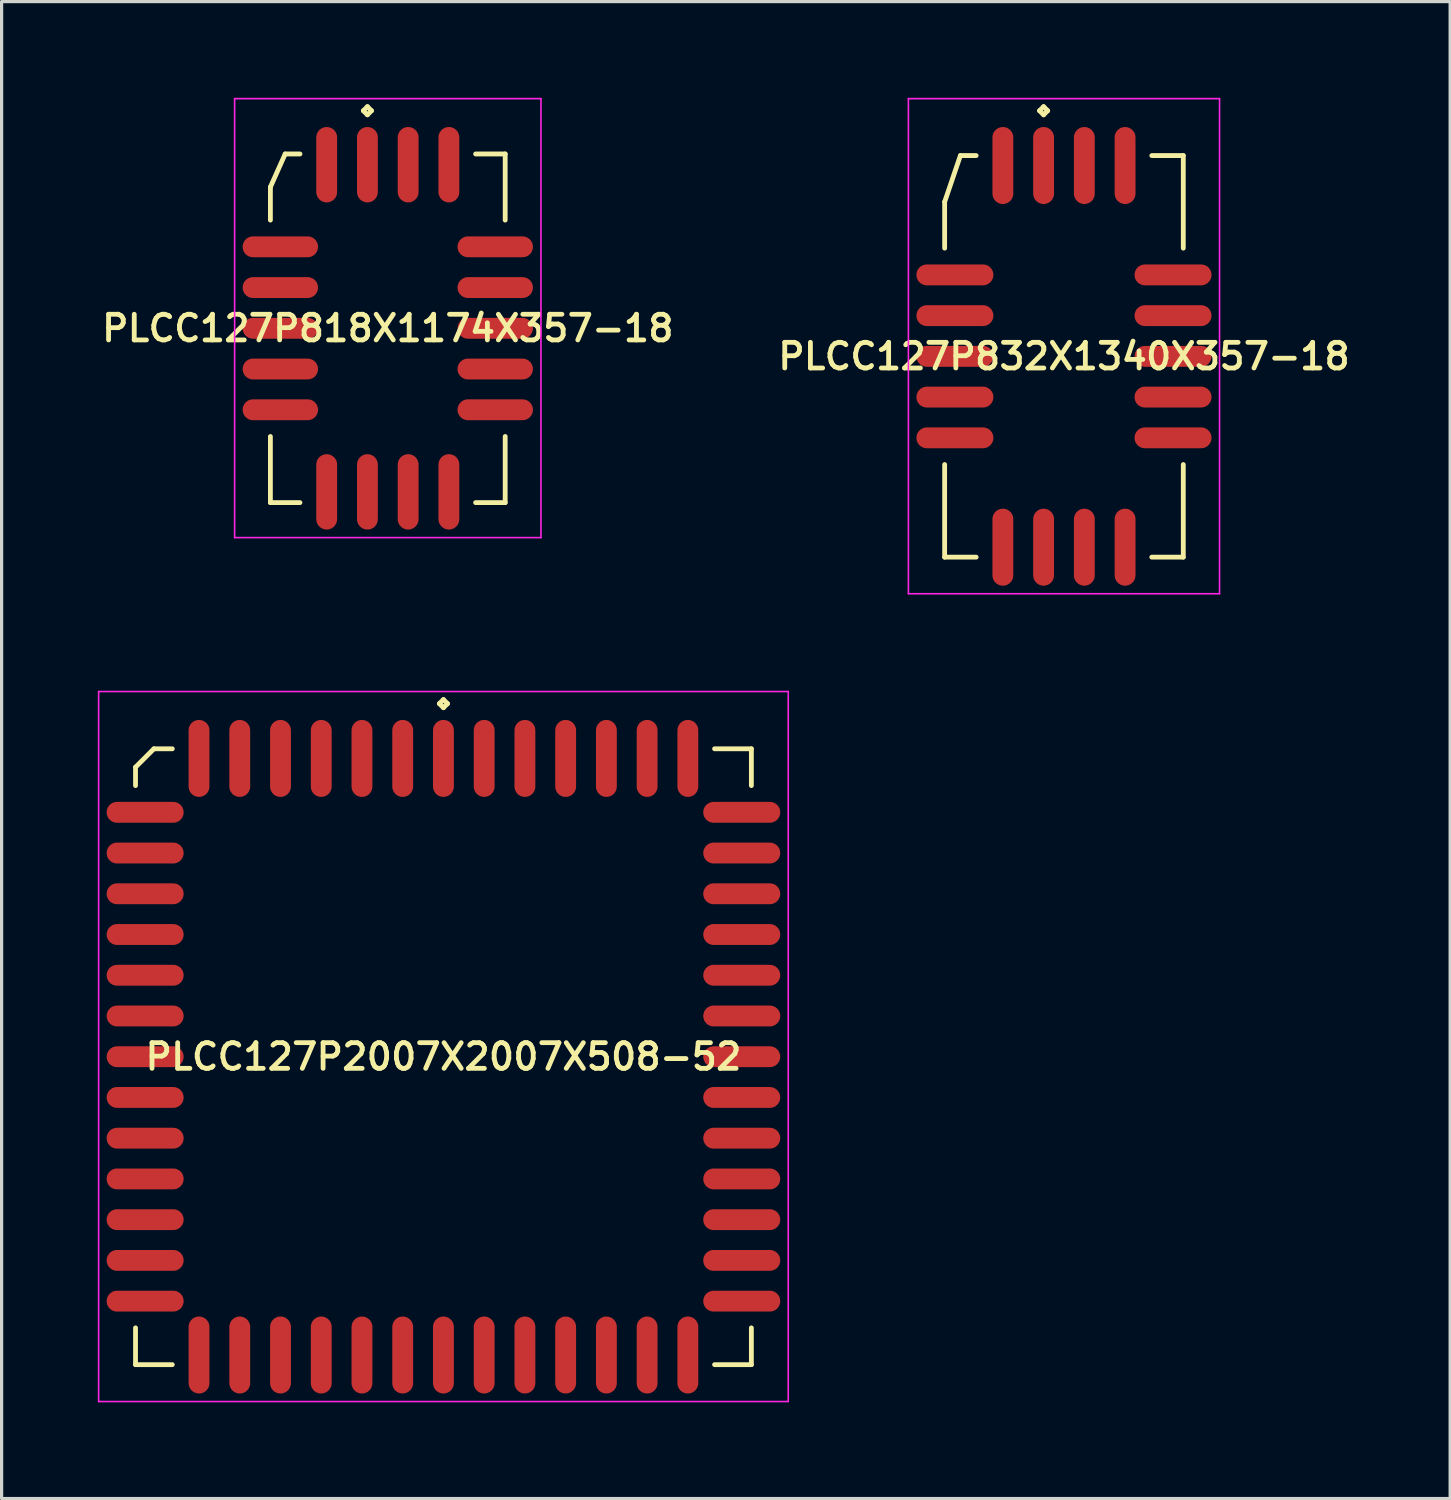
<source format=kicad_pcb>
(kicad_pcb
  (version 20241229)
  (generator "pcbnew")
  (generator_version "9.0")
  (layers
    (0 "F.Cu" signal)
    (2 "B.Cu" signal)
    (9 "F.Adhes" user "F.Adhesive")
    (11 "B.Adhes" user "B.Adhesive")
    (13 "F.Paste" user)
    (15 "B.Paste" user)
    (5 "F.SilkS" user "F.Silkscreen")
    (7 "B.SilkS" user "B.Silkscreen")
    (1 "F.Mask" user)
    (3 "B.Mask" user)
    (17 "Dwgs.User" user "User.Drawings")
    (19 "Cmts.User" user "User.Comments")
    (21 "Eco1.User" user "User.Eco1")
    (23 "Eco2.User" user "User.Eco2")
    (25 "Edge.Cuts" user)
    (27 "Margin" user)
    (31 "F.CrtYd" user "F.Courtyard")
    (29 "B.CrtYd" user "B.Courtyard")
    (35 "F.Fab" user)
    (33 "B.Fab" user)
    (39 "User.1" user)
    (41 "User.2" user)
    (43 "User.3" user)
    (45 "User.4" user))
  (footprint "PLCC127P832X1340X357-18"
    (layer "F.Cu")
    (at 30.121 8.06)
    (property "Reference" "PLCC127P832X1340X357-18" (at 0 0 0) (layer "F.SilkS") (effects (font (size 0.8 0.8) (thickness 0.15))))
    (attr smd)
    (fp_line (start -3.72 -4.816) (end -3.229 -6.26) (stroke (width 0.15) (type solid)) (layer "F.SilkS"))
    (fp_line (start -3.72 -3.373) (end -3.72 -4.816) (stroke (width 0.15) (type solid)) (layer "F.SilkS"))
    (fp_line (start -3.72 3.373) (end -3.72 6.26) (stroke (width 0.15) (type solid)) (layer "F.SilkS"))
    (fp_line (start -3.72 6.26) (end -2.738 6.26) (stroke (width 0.15) (type solid)) (layer "F.SilkS"))
    (fp_line (start -3.229 -6.26) (end -2.738 -6.26) (stroke (width 0.15) (type solid)) (layer "F.SilkS"))
    (fp_line (start -0.762 -7.658) (end -0.635 -7.785) (stroke (width 0.15) (type solid)) (layer "F.SilkS"))
    (fp_line (start -0.635 -7.785) (end -0.508 -7.658) (stroke (width 0.15) (type solid)) (layer "F.SilkS"))
    (fp_line (start -0.635 -7.531) (end -0.762 -7.658) (stroke (width 0.15) (type solid)) (layer "F.SilkS"))
    (fp_line (start -0.508 -7.658) (end -0.635 -7.531) (stroke (width 0.15) (type solid)) (layer "F.SilkS"))
    (fp_line (start 3.72 -6.26) (end 2.738 -6.26) (stroke (width 0.15) (type solid)) (layer "F.SilkS"))
    (fp_line (start 3.72 -3.373) (end 3.72 -6.26) (stroke (width 0.15) (type solid)) (layer "F.SilkS"))
    (fp_line (start 3.72 3.373) (end 3.72 6.26) (stroke (width 0.15) (type solid)) (layer "F.SilkS"))
    (fp_line (start 3.72 6.26) (end 2.738 6.26) (stroke (width 0.15) (type solid)) (layer "F.SilkS"))
    (fp_line (start -4.85 -8.035) (end 4.85 -8.035) (stroke (width 0.05) (type solid)) (layer "F.CrtYd"))
    (fp_line (start -4.85 7.4) (end -4.85 -8.035) (stroke (width 0.05) (type solid)) (layer "F.CrtYd"))
    (fp_line (start 4.85 -8.035) (end 4.85 7.4) (stroke (width 0.05) (type solid)) (layer "F.CrtYd"))
    (fp_line (start 4.85 7.4) (end -4.85 7.4) (stroke (width 0.05) (type solid)) (layer "F.CrtYd"))
    (pad "1" smd oval (at -0.635 -5.95) (size 0.65 2.4) (layers "F.Cu" "F.Mask" "F.Paste"))
    (pad "2" smd oval (at -1.905 -5.95) (size 0.65 2.4) (layers "F.Cu" "F.Mask" "F.Paste"))
    (pad "3" smd oval (at -3.4 -2.54) (size 2.4 0.65) (layers "F.Cu" "F.Mask" "F.Paste"))
    (pad "4" smd oval (at -3.4 -1.27) (size 2.4 0.65) (layers "F.Cu" "F.Mask" "F.Paste"))
    (pad "5" smd oval (at -3.4 0) (size 2.4 0.65) (layers "F.Cu" "F.Mask" "F.Paste"))
    (pad "6" smd oval (at -3.4 1.27) (size 2.4 0.65) (layers "F.Cu" "F.Mask" "F.Paste"))
    (pad "7" smd oval (at -3.4 2.54) (size 2.4 0.65) (layers "F.Cu" "F.Mask" "F.Paste"))
    (pad "8" smd oval (at -1.905 5.95) (size 0.65 2.4) (layers "F.Cu" "F.Mask" "F.Paste"))
    (pad "9" smd oval (at -0.635 5.95) (size 0.65 2.4) (layers "F.Cu" "F.Mask" "F.Paste"))
    (pad "10" smd oval (at 0.635 5.95) (size 0.65 2.4) (layers "F.Cu" "F.Mask" "F.Paste"))
    (pad "11" smd oval (at 1.905 5.95) (size 0.65 2.4) (layers "F.Cu" "F.Mask" "F.Paste"))
    (pad "12" smd oval (at 3.4 2.54) (size 2.4 0.65) (layers "F.Cu" "F.Mask" "F.Paste"))
    (pad "13" smd oval (at 3.4 1.27) (size 2.4 0.65) (layers "F.Cu" "F.Mask" "F.Paste"))
    (pad "14" smd oval (at 3.4 0) (size 2.4 0.65) (layers "F.Cu" "F.Mask" "F.Paste"))
    (pad "15" smd oval (at 3.4 -1.27) (size 2.4 0.65) (layers "F.Cu" "F.Mask" "F.Paste"))
    (pad "16" smd oval (at 3.4 -2.54) (size 2.4 0.65) (layers "F.Cu" "F.Mask" "F.Paste"))
    (pad "17" smd oval (at 1.905 -5.95) (size 0.65 2.4) (layers "F.Cu" "F.Mask" "F.Paste"))
    (pad "18" smd oval (at 0.635 -5.95) (size 0.65 2.4) (layers "F.Cu" "F.Mask" "F.Paste")))
  (footprint "PLCC127P818X1174X357-18"
    (layer "F.Cu")
    (at 9.04 7.185)
    (property "Reference" "PLCC127P818X1174X357-18" (at 0 0 0) (layer "F.SilkS") (effects (font (size 0.8 0.8) (thickness 0.15))))
    (attr smd)
    (fp_line (start -3.66 -4.404) (end -3.199 -5.435) (stroke (width 0.15) (type solid)) (layer "F.SilkS"))
    (fp_line (start -3.66 -3.373) (end -3.66 -4.404) (stroke (width 0.15) (type solid)) (layer "F.SilkS"))
    (fp_line (start -3.66 3.373) (end -3.66 5.435) (stroke (width 0.15) (type solid)) (layer "F.SilkS"))
    (fp_line (start -3.66 5.435) (end -2.738 5.435) (stroke (width 0.15) (type solid)) (layer "F.SilkS"))
    (fp_line (start -3.199 -5.435) (end -2.738 -5.435) (stroke (width 0.15) (type solid)) (layer "F.SilkS"))
    (fp_line (start -0.762 -6.783) (end -0.635 -6.91) (stroke (width 0.15) (type solid)) (layer "F.SilkS"))
    (fp_line (start -0.635 -6.91) (end -0.508 -6.783) (stroke (width 0.15) (type solid)) (layer "F.SilkS"))
    (fp_line (start -0.635 -6.656) (end -0.762 -6.783) (stroke (width 0.15) (type solid)) (layer "F.SilkS"))
    (fp_line (start -0.508 -6.783) (end -0.635 -6.656) (stroke (width 0.15) (type solid)) (layer "F.SilkS"))
    (fp_line (start 3.66 -5.435) (end 2.738 -5.435) (stroke (width 0.15) (type solid)) (layer "F.SilkS"))
    (fp_line (start 3.66 -3.373) (end 3.66 -5.435) (stroke (width 0.15) (type solid)) (layer "F.SilkS"))
    (fp_line (start 3.66 3.373) (end 3.66 5.435) (stroke (width 0.15) (type solid)) (layer "F.SilkS"))
    (fp_line (start 3.66 5.435) (end 2.738 5.435) (stroke (width 0.15) (type solid)) (layer "F.SilkS"))
    (fp_line (start -4.775 -7.16) (end 4.775 -7.16) (stroke (width 0.05) (type solid)) (layer "F.CrtYd"))
    (fp_line (start -4.775 6.525) (end -4.775 -7.16) (stroke (width 0.05) (type solid)) (layer "F.CrtYd"))
    (fp_line (start 4.775 -7.16) (end 4.775 6.525) (stroke (width 0.05) (type solid)) (layer "F.CrtYd"))
    (fp_line (start 4.775 6.525) (end -4.775 6.525) (stroke (width 0.05) (type solid)) (layer "F.CrtYd"))
    (pad "1" smd oval (at -0.635 -5.1) (size 0.65 2.35) (layers "F.Cu" "F.Mask" "F.Paste"))
    (pad "2" smd oval (at -1.905 -5.1) (size 0.65 2.35) (layers "F.Cu" "F.Mask" "F.Paste"))
    (pad "3" smd oval (at -3.35 -2.54) (size 2.35 0.65) (layers "F.Cu" "F.Mask" "F.Paste"))
    (pad "4" smd oval (at -3.35 -1.27) (size 2.35 0.65) (layers "F.Cu" "F.Mask" "F.Paste"))
    (pad "5" smd oval (at -3.35 0) (size 2.35 0.65) (layers "F.Cu" "F.Mask" "F.Paste"))
    (pad "6" smd oval (at -3.35 1.27) (size 2.35 0.65) (layers "F.Cu" "F.Mask" "F.Paste"))
    (pad "7" smd oval (at -3.35 2.54) (size 2.35 0.65) (layers "F.Cu" "F.Mask" "F.Paste"))
    (pad "8" smd oval (at -1.905 5.1) (size 0.65 2.35) (layers "F.Cu" "F.Mask" "F.Paste"))
    (pad "9" smd oval (at -0.635 5.1) (size 0.65 2.35) (layers "F.Cu" "F.Mask" "F.Paste"))
    (pad "10" smd oval (at 0.635 5.1) (size 0.65 2.35) (layers "F.Cu" "F.Mask" "F.Paste"))
    (pad "11" smd oval (at 1.905 5.1) (size 0.65 2.35) (layers "F.Cu" "F.Mask" "F.Paste"))
    (pad "12" smd oval (at 3.35 2.54) (size 2.35 0.65) (layers "F.Cu" "F.Mask" "F.Paste"))
    (pad "13" smd oval (at 3.35 1.27) (size 2.35 0.65) (layers "F.Cu" "F.Mask" "F.Paste"))
    (pad "14" smd oval (at 3.35 0) (size 2.35 0.65) (layers "F.Cu" "F.Mask" "F.Paste"))
    (pad "15" smd oval (at 3.35 -1.27) (size 2.35 0.65) (layers "F.Cu" "F.Mask" "F.Paste"))
    (pad "16" smd oval (at 3.35 -2.54) (size 2.35 0.65) (layers "F.Cu" "F.Mask" "F.Paste"))
    (pad "17" smd oval (at 1.905 -5.1) (size 0.65 2.35) (layers "F.Cu" "F.Mask" "F.Paste"))
    (pad "18" smd oval (at 0.635 -5.1) (size 0.65 2.35) (layers "F.Cu" "F.Mask" "F.Paste")))
  (footprint "PLCC127P2007X2007X508-52"
    (layer "F.Cu")
    (at 10.775 29.895)
    (property "Reference" "PLCC127P2007X2007X508-52" (at 0 0 0) (layer "F.SilkS") (effects (font (size 0.8 0.8) (thickness 0.15))))
    (attr smd)
    (fp_line (start -9.6 -9.027) (end -9.027 -9.6) (stroke (width 0.15) (type solid)) (layer "F.SilkS"))
    (fp_line (start -9.6 -8.453) (end -9.6 -9.027) (stroke (width 0.15) (type solid)) (layer "F.SilkS"))
    (fp_line (start -9.6 8.453) (end -9.6 9.6) (stroke (width 0.15) (type solid)) (layer "F.SilkS"))
    (fp_line (start -9.6 9.6) (end -8.453 9.6) (stroke (width 0.15) (type solid)) (layer "F.SilkS"))
    (fp_line (start -9.027 -9.6) (end -8.453 -9.6) (stroke (width 0.15) (type solid)) (layer "F.SilkS"))
    (fp_line (start -0.127 -11.008) (end 0 -11.135) (stroke (width 0.15) (type solid)) (layer "F.SilkS"))
    (fp_line (start 0 -11.135) (end 0.127 -11.008) (stroke (width 0.15) (type solid)) (layer "F.SilkS"))
    (fp_line (start 0 -10.881) (end -0.127 -11.008) (stroke (width 0.15) (type solid)) (layer "F.SilkS"))
    (fp_line (start 0.127 -11.008) (end 0 -10.881) (stroke (width 0.15) (type solid)) (layer "F.SilkS"))
    (fp_line (start 9.6 -9.6) (end 8.453 -9.6) (stroke (width 0.15) (type solid)) (layer "F.SilkS"))
    (fp_line (start 9.6 -8.453) (end 9.6 -9.6) (stroke (width 0.15) (type solid)) (layer "F.SilkS"))
    (fp_line (start 9.6 8.453) (end 9.6 9.6) (stroke (width 0.15) (type solid)) (layer "F.SilkS"))
    (fp_line (start 9.6 9.6) (end 8.453 9.6) (stroke (width 0.15) (type solid)) (layer "F.SilkS"))
    (fp_line (start -10.75 -11.385) (end 10.75 -11.385) (stroke (width 0.05) (type solid)) (layer "F.CrtYd"))
    (fp_line (start -10.75 10.75) (end -10.75 -11.385) (stroke (width 0.05) (type solid)) (layer "F.CrtYd"))
    (fp_line (start 10.75 -11.385) (end 10.75 10.75) (stroke (width 0.05) (type solid)) (layer "F.CrtYd"))
    (fp_line (start 10.75 10.75) (end -10.75 10.75) (stroke (width 0.05) (type solid)) (layer "F.CrtYd"))
    (pad "1" smd oval (at 0 -9.3) (size 0.65 2.4) (layers "F.Cu" "F.Mask" "F.Paste"))
    (pad "2" smd oval (at -1.27 -9.3) (size 0.65 2.4) (layers "F.Cu" "F.Mask" "F.Paste"))
    (pad "3" smd oval (at -2.54 -9.3) (size 0.65 2.4) (layers "F.Cu" "F.Mask" "F.Paste"))
    (pad "4" smd oval (at -3.81 -9.3) (size 0.65 2.4) (layers "F.Cu" "F.Mask" "F.Paste"))
    (pad "5" smd oval (at -5.08 -9.3) (size 0.65 2.4) (layers "F.Cu" "F.Mask" "F.Paste"))
    (pad "6" smd oval (at -6.35 -9.3) (size 0.65 2.4) (layers "F.Cu" "F.Mask" "F.Paste"))
    (pad "7" smd oval (at -7.62 -9.3) (size 0.65 2.4) (layers "F.Cu" "F.Mask" "F.Paste"))
    (pad "8" smd oval (at -9.3 -7.62) (size 2.4 0.65) (layers "F.Cu" "F.Mask" "F.Paste"))
    (pad "9" smd oval (at -9.3 -6.35) (size 2.4 0.65) (layers "F.Cu" "F.Mask" "F.Paste"))
    (pad "10" smd oval (at -9.3 -5.08) (size 2.4 0.65) (layers "F.Cu" "F.Mask" "F.Paste"))
    (pad "11" smd oval (at -9.3 -3.81) (size 2.4 0.65) (layers "F.Cu" "F.Mask" "F.Paste"))
    (pad "12" smd oval (at -9.3 -2.54) (size 2.4 0.65) (layers "F.Cu" "F.Mask" "F.Paste"))
    (pad "13" smd oval (at -9.3 -1.27) (size 2.4 0.65) (layers "F.Cu" "F.Mask" "F.Paste"))
    (pad "14" smd oval (at -9.3 0) (size 2.4 0.65) (layers "F.Cu" "F.Mask" "F.Paste"))
    (pad "15" smd oval (at -9.3 1.27) (size 2.4 0.65) (layers "F.Cu" "F.Mask" "F.Paste"))
    (pad "16" smd oval (at -9.3 2.54) (size 2.4 0.65) (layers "F.Cu" "F.Mask" "F.Paste"))
    (pad "17" smd oval (at -9.3 3.81) (size 2.4 0.65) (layers "F.Cu" "F.Mask" "F.Paste"))
    (pad "18" smd oval (at -9.3 5.08) (size 2.4 0.65) (layers "F.Cu" "F.Mask" "F.Paste"))
    (pad "19" smd oval (at -9.3 6.35) (size 2.4 0.65) (layers "F.Cu" "F.Mask" "F.Paste"))
    (pad "20" smd oval (at -9.3 7.62) (size 2.4 0.65) (layers "F.Cu" "F.Mask" "F.Paste"))
    (pad "21" smd oval (at -7.62 9.3) (size 0.65 2.4) (layers "F.Cu" "F.Mask" "F.Paste"))
    (pad "22" smd oval (at -6.35 9.3) (size 0.65 2.4) (layers "F.Cu" "F.Mask" "F.Paste"))
    (pad "23" smd oval (at -5.08 9.3) (size 0.65 2.4) (layers "F.Cu" "F.Mask" "F.Paste"))
    (pad "24" smd oval (at -3.81 9.3) (size 0.65 2.4) (layers "F.Cu" "F.Mask" "F.Paste"))
    (pad "25" smd oval (at -2.54 9.3) (size 0.65 2.4) (layers "F.Cu" "F.Mask" "F.Paste"))
    (pad "26" smd oval (at -1.27 9.3) (size 0.65 2.4) (layers "F.Cu" "F.Mask" "F.Paste"))
    (pad "27" smd oval (at 0 9.3) (size 0.65 2.4) (layers "F.Cu" "F.Mask" "F.Paste"))
    (pad "28" smd oval (at 1.27 9.3) (size 0.65 2.4) (layers "F.Cu" "F.Mask" "F.Paste"))
    (pad "29" smd oval (at 2.54 9.3) (size 0.65 2.4) (layers "F.Cu" "F.Mask" "F.Paste"))
    (pad "30" smd oval (at 3.81 9.3) (size 0.65 2.4) (layers "F.Cu" "F.Mask" "F.Paste"))
    (pad "31" smd oval (at 5.08 9.3) (size 0.65 2.4) (layers "F.Cu" "F.Mask" "F.Paste"))
    (pad "32" smd oval (at 6.35 9.3) (size 0.65 2.4) (layers "F.Cu" "F.Mask" "F.Paste"))
    (pad "33" smd oval (at 7.62 9.3) (size 0.65 2.4) (layers "F.Cu" "F.Mask" "F.Paste"))
    (pad "34" smd oval (at 9.3 7.62) (size 2.4 0.65) (layers "F.Cu" "F.Mask" "F.Paste"))
    (pad "35" smd oval (at 9.3 6.35) (size 2.4 0.65) (layers "F.Cu" "F.Mask" "F.Paste"))
    (pad "36" smd oval (at 9.3 5.08) (size 2.4 0.65) (layers "F.Cu" "F.Mask" "F.Paste"))
    (pad "37" smd oval (at 9.3 3.81) (size 2.4 0.65) (layers "F.Cu" "F.Mask" "F.Paste"))
    (pad "38" smd oval (at 9.3 2.54) (size 2.4 0.65) (layers "F.Cu" "F.Mask" "F.Paste"))
    (pad "39" smd oval (at 9.3 1.27) (size 2.4 0.65) (layers "F.Cu" "F.Mask" "F.Paste"))
    (pad "40" smd oval (at 9.3 0) (size 2.4 0.65) (layers "F.Cu" "F.Mask" "F.Paste"))
    (pad "41" smd oval (at 9.3 -1.27) (size 2.4 0.65) (layers "F.Cu" "F.Mask" "F.Paste"))
    (pad "42" smd oval (at 9.3 -2.54) (size 2.4 0.65) (layers "F.Cu" "F.Mask" "F.Paste"))
    (pad "43" smd oval (at 9.3 -3.81) (size 2.4 0.65) (layers "F.Cu" "F.Mask" "F.Paste"))
    (pad "44" smd oval (at 9.3 -5.08) (size 2.4 0.65) (layers "F.Cu" "F.Mask" "F.Paste"))
    (pad "45" smd oval (at 9.3 -6.35) (size 2.4 0.65) (layers "F.Cu" "F.Mask" "F.Paste"))
    (pad "46" smd oval (at 9.3 -7.62) (size 2.4 0.65) (layers "F.Cu" "F.Mask" "F.Paste"))
    (pad "47" smd oval (at 7.62 -9.3) (size 0.65 2.4) (layers "F.Cu" "F.Mask" "F.Paste"))
    (pad "48" smd oval (at 6.35 -9.3) (size 0.65 2.4) (layers "F.Cu" "F.Mask" "F.Paste"))
    (pad "49" smd oval (at 5.08 -9.3) (size 0.65 2.4) (layers "F.Cu" "F.Mask" "F.Paste"))
    (pad "50" smd oval (at 3.81 -9.3) (size 0.65 2.4) (layers "F.Cu" "F.Mask" "F.Paste"))
    (pad "51" smd oval (at 2.54 -9.3) (size 0.65 2.4) (layers "F.Cu" "F.Mask" "F.Paste"))
    (pad "52" smd oval (at 1.27 -9.3) (size 0.65 2.4) (layers "F.Cu" "F.Mask" "F.Paste")))
  (gr_rect
    (start -3 -3)
    (end 42.161 43.67)
    (stroke (width 0.1) (type default))
    (fill no)
    (layer "Edge.Cuts")))
</source>
